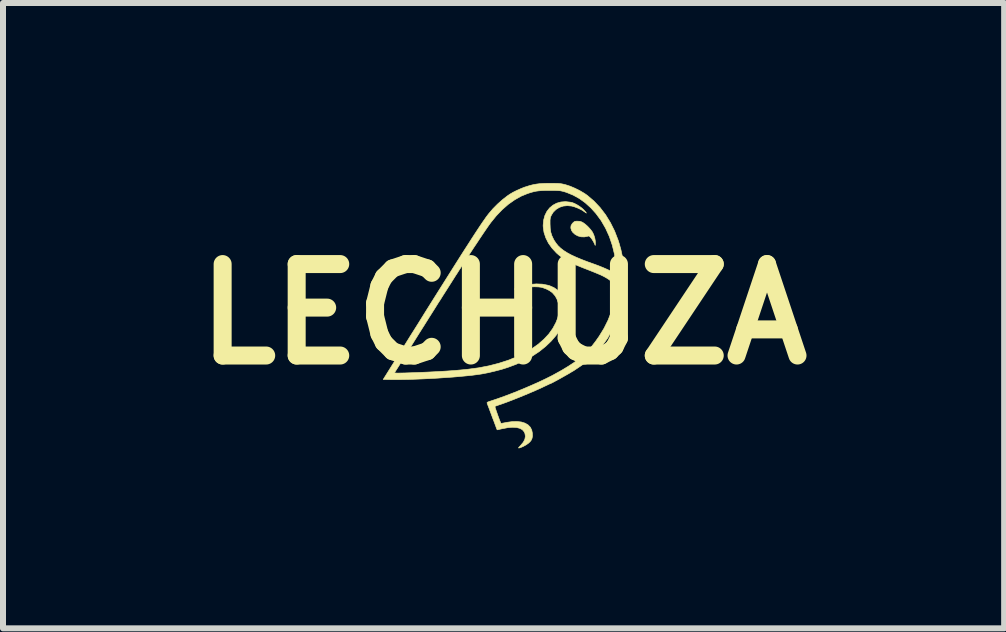
<source format=kicad_pcb>
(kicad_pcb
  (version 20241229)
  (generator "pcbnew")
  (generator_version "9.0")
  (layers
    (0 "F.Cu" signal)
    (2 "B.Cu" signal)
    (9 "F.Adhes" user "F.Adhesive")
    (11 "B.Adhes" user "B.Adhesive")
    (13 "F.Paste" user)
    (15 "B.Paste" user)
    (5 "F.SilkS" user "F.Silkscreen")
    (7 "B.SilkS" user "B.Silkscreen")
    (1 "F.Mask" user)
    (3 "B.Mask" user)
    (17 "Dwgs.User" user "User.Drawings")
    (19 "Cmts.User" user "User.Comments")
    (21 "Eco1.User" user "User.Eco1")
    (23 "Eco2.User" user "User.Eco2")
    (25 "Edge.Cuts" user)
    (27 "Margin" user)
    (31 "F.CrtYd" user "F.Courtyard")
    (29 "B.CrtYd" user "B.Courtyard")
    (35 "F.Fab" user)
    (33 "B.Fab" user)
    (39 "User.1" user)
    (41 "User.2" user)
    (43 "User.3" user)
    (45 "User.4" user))
  (footprint "LECHUZA"
    (layer "F.Cu")
    (at 5.341 2.185)
    (property "Reference" "LECHUZA" (at 0 0 0) (layer "F.SilkS") (effects (font (size 1.524 1.524) (thickness 0.3))))
    (attr through_hole)
    (fp_poly (pts (xy 1.271 -1.547) (xy 1.302 -1.537) (xy 1.325 -1.525) (xy 1.361 -1.499) (xy 1.401 -1.464) (xy 1.439 -1.423) (xy 1.471 -1.383) (xy 1.484 -1.363) (xy 1.504 -1.32) (xy 1.52 -1.271) (xy 1.529 -1.221) (xy 1.531 -1.182) (xy 1.528 -1.145) (xy 1.509 -1.188) (xy 1.491 -1.221) (xy 1.469 -1.255) (xy 1.458 -1.269) (xy 1.439 -1.29) (xy 1.426 -1.3) (xy 1.414 -1.302) (xy 1.398 -1.297) (xy 1.397 -1.297) (xy 1.346 -1.287) (xy 1.292 -1.289) (xy 1.24 -1.303) (xy 1.193 -1.328) (xy 1.156 -1.361) (xy 1.134 -1.393) (xy 1.121 -1.435) (xy 1.124 -1.473) (xy 1.144 -1.508) (xy 1.156 -1.521) (xy 1.174 -1.537) (xy 1.19 -1.546) (xy 1.212 -1.549) (xy 1.233 -1.549) (xy 1.271 -1.547)) (stroke (width 0.01) (type solid)) (fill yes) (layer "F.SilkS"))
    (fp_poly (pts (xy 0.834 -2.18) (xy 0.88 -2.179) (xy 0.916 -2.178) (xy 0.945 -2.175) (xy 0.972 -2.171) (xy 1 -2.165) (xy 1.031 -2.157) (xy 1.033 -2.157) (xy 1.11 -2.132) (xy 1.192 -2.097) (xy 1.274 -2.056) (xy 1.35 -2.011) (xy 1.397 -1.978) (xy 1.507 -1.884) (xy 1.608 -1.777) (xy 1.7 -1.657) (xy 1.781 -1.525) (xy 1.851 -1.384) (xy 1.909 -1.234) (xy 1.926 -1.181) (xy 1.956 -1.074) (xy 1.978 -0.972) (xy 1.993 -0.87) (xy 2.002 -0.762) (xy 2.006 -0.644) (xy 2.007 -0.604) (xy 1.999 -0.418) (xy 1.976 -0.239) (xy 1.939 -0.068) (xy 1.886 0.095) (xy 1.818 0.25) (xy 1.736 0.398) (xy 1.638 0.538) (xy 1.619 0.561) (xy 1.553 0.638) (xy 1.48 0.711) (xy 1.397 0.782) (xy 1.303 0.852) (xy 1.195 0.925) (xy 1.166 0.944) (xy 1.133 0.963) (xy 1.094 0.987) (xy 1.048 1.013) (xy 1 1.04) (xy 0.951 1.068) (xy 0.904 1.094) (xy 0.861 1.117) (xy 0.824 1.137) (xy 0.796 1.151) (xy 0.779 1.159) (xy 0.775 1.16) (xy 0.766 1.163) (xy 0.746 1.173) (xy 0.716 1.187) (xy 0.688 1.2) (xy 0.617 1.234) (xy 0.534 1.271) (xy 0.441 1.311) (xy 0.343 1.352) (xy 0.243 1.393) (xy 0.144 1.432) (xy 0.05 1.468) (xy -0.036 1.499) (xy -0.072 1.511) (xy -0.103 1.522) (xy -0.128 1.531) (xy -0.141 1.536) (xy -0.143 1.537) (xy -0.142 1.546) (xy -0.136 1.568) (xy -0.126 1.599) (xy -0.113 1.636) (xy -0.099 1.677) (xy -0.084 1.718) (xy -0.07 1.756) (xy -0.057 1.788) (xy -0.048 1.81) (xy -0.042 1.82) (xy -0.042 1.82) (xy -0.031 1.819) (xy -0.007 1.815) (xy 0.025 1.809) (xy 0.053 1.803) (xy 0.143 1.791) (xy 0.225 1.789) (xy 0.297 1.797) (xy 0.358 1.816) (xy 0.408 1.845) (xy 0.446 1.884) (xy 0.47 1.932) (xy 0.48 1.981) (xy 0.482 2.029) (xy 0.476 2.066) (xy 0.462 2.099) (xy 0.44 2.128) (xy 0.411 2.154) (xy 0.371 2.181) (xy 0.327 2.205) (xy 0.285 2.223) (xy 0.261 2.23) (xy 0.251 2.231) (xy 0.25 2.228) (xy 0.257 2.217) (xy 0.276 2.197) (xy 0.285 2.187) (xy 0.329 2.135) (xy 0.355 2.085) (xy 0.364 2.037) (xy 0.357 1.99) (xy 0.343 1.96) (xy 0.314 1.926) (xy 0.272 1.903) (xy 0.217 1.889) (xy 0.15 1.885) (xy 0.073 1.891) (xy -0.015 1.908) (xy -0.017 1.908) (xy -0.053 1.916) (xy -0.082 1.923) (xy -0.102 1.927) (xy -0.107 1.927) (xy -0.11 1.919) (xy -0.119 1.898) (xy -0.131 1.864) (xy -0.147 1.821) (xy -0.166 1.77) (xy -0.188 1.714) (xy -0.189 1.71) (xy -0.21 1.653) (xy -0.23 1.6) (xy -0.247 1.554) (xy -0.261 1.518) (xy -0.27 1.493) (xy -0.274 1.481) (xy -0.275 1.481) (xy -0.274 1.473) (xy -0.263 1.465) (xy -0.24 1.456) (xy -0.218 1.449) (xy -0.093 1.407) (xy 0.04 1.359) (xy 0.178 1.306) (xy 0.316 1.25) (xy 0.452 1.192) (xy 0.583 1.134) (xy 0.705 1.076) (xy 0.815 1.021) (xy 0.849 1.002) (xy 0.972 0.934) (xy 1.079 0.869) (xy 1.175 0.806) (xy 1.26 0.742) (xy 1.337 0.676) (xy 1.407 0.607) (xy 1.473 0.532) (xy 1.536 0.45) (xy 1.593 0.369) (xy 1.675 0.235) (xy 1.742 0.1) (xy 1.796 -0.04) (xy 1.836 -0.187) (xy 1.864 -0.342) (xy 1.874 -0.429) (xy 1.879 -0.473) (xy 1.83 -0.517) (xy 1.795 -0.548) (xy 1.759 -0.575) (xy 1.719 -0.601) (xy 1.673 -0.627) (xy 1.62 -0.653) (xy 1.556 -0.68) (xy 1.48 -0.711) (xy 1.414 -0.737) (xy 1.309 -0.778) (xy 1.219 -0.815) (xy 1.142 -0.85) (xy 1.075 -0.883) (xy 1.018 -0.916) (xy 0.967 -0.95) (xy 0.922 -0.985) (xy 0.882 -1.02) (xy 0.808 -1.1) (xy 0.748 -1.184) (xy 0.704 -1.272) (xy 0.674 -1.363) (xy 0.661 -1.455) (xy 0.66 -1.481) (xy 0.668 -1.567) (xy 0.689 -1.644) (xy 0.722 -1.711) (xy 0.767 -1.769) (xy 0.822 -1.815) (xy 0.885 -1.849) (xy 0.956 -1.869) (xy 1.033 -1.875) (xy 1.114 -1.866) (xy 1.149 -1.858) (xy 1.183 -1.844) (xy 1.224 -1.823) (xy 1.267 -1.796) (xy 1.306 -1.767) (xy 1.336 -1.74) (xy 1.341 -1.734) (xy 1.365 -1.706) (xy 1.378 -1.69) (xy 1.381 -1.684) (xy 1.374 -1.688) (xy 1.358 -1.699) (xy 1.308 -1.733) (xy 1.248 -1.763) (xy 1.186 -1.787) (xy 1.137 -1.801) (xy 1.064 -1.808) (xy 0.995 -1.801) (xy 0.932 -1.78) (xy 0.876 -1.746) (xy 0.829 -1.7) (xy 0.8 -1.654) (xy 0.789 -1.632) (xy 0.782 -1.613) (xy 0.778 -1.592) (xy 0.775 -1.566) (xy 0.775 -1.529) (xy 0.775 -1.503) (xy 0.778 -1.429) (xy 0.787 -1.366) (xy 0.805 -1.308) (xy 0.832 -1.251) (xy 0.844 -1.228) (xy 0.875 -1.182) (xy 0.91 -1.139) (xy 0.952 -1.099) (xy 1.001 -1.061) (xy 1.059 -1.024) (xy 1.127 -0.987) (xy 1.207 -0.95) (xy 1.3 -0.911) (xy 1.407 -0.87) (xy 1.486 -0.842) (xy 1.579 -0.808) (xy 1.661 -0.775) (xy 1.732 -0.744) (xy 1.789 -0.716) (xy 1.829 -0.694) (xy 1.88 -0.661) (xy 1.88 -0.705) (xy 1.879 -0.732) (xy 1.877 -0.771) (xy 1.873 -0.814) (xy 1.871 -0.842) (xy 1.849 -0.998) (xy 1.812 -1.149) (xy 1.763 -1.294) (xy 1.7 -1.432) (xy 1.626 -1.56) (xy 1.54 -1.677) (xy 1.456 -1.77) (xy 1.361 -1.856) (xy 1.264 -1.926) (xy 1.161 -1.983) (xy 1.051 -2.028) (xy 1.02 -2.038) (xy 0.993 -2.046) (xy 0.97 -2.051) (xy 0.947 -2.056) (xy 0.921 -2.058) (xy 0.889 -2.06) (xy 0.847 -2.061) (xy 0.793 -2.061) (xy 0.77 -2.061) (xy 0.698 -2.061) (xy 0.638 -2.059) (xy 0.588 -2.055) (xy 0.542 -2.049) (xy 0.497 -2.039) (xy 0.45 -2.026) (xy 0.398 -2.009) (xy 0.291 -1.965) (xy 0.185 -1.905) (xy 0.08 -1.831) (xy -0.022 -1.742) (xy -0.12 -1.64) (xy -0.211 -1.528) (xy -0.234 -1.497) (xy -0.264 -1.454) (xy -0.301 -1.4) (xy -0.344 -1.337) (xy -0.391 -1.267) (xy -0.441 -1.191) (xy -0.494 -1.112) (xy -0.547 -1.031) (xy -0.599 -0.951) (xy -0.639 -0.889) (xy -0.67 -0.841) (xy -0.7 -0.794) (xy -0.728 -0.751) (xy -0.751 -0.716) (xy -0.766 -0.692) (xy -0.766 -0.692) (xy -0.778 -0.673) (xy -0.798 -0.643) (xy -0.823 -0.603) (xy -0.854 -0.554) (xy -0.889 -0.499) (xy -0.927 -0.439) (xy -0.967 -0.376) (xy -1.009 -0.311) (xy -1.05 -0.245) (xy -1.091 -0.182) (xy -1.129 -0.121) (xy -1.164 -0.065) (xy -1.195 -0.016) (xy -1.221 0.025) (xy -1.241 0.056) (xy -1.253 0.076) (xy -1.257 0.082) (xy -1.265 0.095) (xy -1.28 0.119) (xy -1.299 0.149) (xy -1.309 0.165) (xy -1.322 0.186) (xy -1.343 0.219) (xy -1.371 0.263) (xy -1.405 0.317) (xy -1.443 0.378) (xy -1.485 0.445) (xy -1.529 0.516) (xy -1.575 0.59) (xy -1.579 0.597) (xy -1.624 0.668) (xy -1.665 0.735) (xy -1.704 0.797) (xy -1.738 0.852) (xy -1.767 0.898) (xy -1.79 0.934) (xy -1.806 0.959) (xy -1.814 0.972) (xy -1.815 0.973) (xy -1.816 0.976) (xy -1.811 0.979) (xy -1.798 0.981) (xy -1.776 0.982) (xy -1.743 0.982) (xy -1.697 0.981) (xy -1.637 0.98) (xy -1.613 0.979) (xy -1.441 0.973) (xy -1.273 0.966) (xy -1.111 0.958) (xy -0.957 0.949) (xy -0.813 0.939) (xy -0.682 0.927) (xy -0.593 0.918) (xy -0.414 0.894) (xy -0.243 0.861) (xy -0.08 0.819) (xy 0.073 0.77) (xy 0.216 0.713) (xy 0.349 0.649) (xy 0.469 0.578) (xy 0.578 0.501) (xy 0.673 0.418) (xy 0.755 0.33) (xy 0.822 0.236) (xy 0.874 0.138) (xy 0.902 0.066) (xy 0.92 -0.015) (xy 0.925 -0.094) (xy 0.917 -0.17) (xy 0.895 -0.24) (xy 0.862 -0.302) (xy 0.817 -0.354) (xy 0.811 -0.36) (xy 0.766 -0.392) (xy 0.711 -0.42) (xy 0.654 -0.441) (xy 0.628 -0.448) (xy 0.581 -0.454) (xy 0.521 -0.456) (xy 0.454 -0.455) (xy 0.384 -0.45) (xy 0.315 -0.442) (xy 0.251 -0.431) (xy 0.217 -0.422) (xy 0.192 -0.417) (xy 0.183 -0.417) (xy 0.188 -0.421) (xy 0.208 -0.431) (xy 0.238 -0.443) (xy 0.34 -0.476) (xy 0.444 -0.496) (xy 0.547 -0.504) (xy 0.647 -0.5) (xy 0.739 -0.482) (xy 0.77 -0.473) (xy 0.84 -0.442) (xy 0.903 -0.399) (xy 0.957 -0.346) (xy 0.999 -0.286) (xy 1.017 -0.248) (xy 1.031 -0.195) (xy 1.039 -0.131) (xy 1.04 -0.062) (xy 1.034 0.006) (xy 1.025 0.052) (xy 0.991 0.155) (xy 0.94 0.257) (xy 0.875 0.355) (xy 0.794 0.449) (xy 0.701 0.538) (xy 0.595 0.623) (xy 0.477 0.701) (xy 0.348 0.772) (xy 0.209 0.836) (xy 0.069 0.888) (xy -0.032 0.92) (xy -0.143 0.949) (xy -0.257 0.976) (xy -0.366 0.997) (xy -0.373 0.998) (xy -0.443 1.008) (xy -0.527 1.019) (xy -0.625 1.029) (xy -0.732 1.039) (xy -0.847 1.049) (xy -0.968 1.057) (xy -1.092 1.066) (xy -1.218 1.073) (xy -1.342 1.079) (xy -1.463 1.084) (xy -1.578 1.088) (xy -1.685 1.09) (xy -1.782 1.091) (xy -1.843 1.091) (xy -2.005 1.088) (xy -1.69 0.584) (xy -1.557 0.37) (xy -1.431 0.17) (xy -1.315 -0.017) (xy -1.206 -0.191) (xy -1.105 -0.352) (xy -1.011 -0.501) (xy -0.924 -0.639) (xy -0.844 -0.766) (xy -0.77 -0.883) (xy -0.703 -0.989) (xy -0.641 -1.086) (xy -0.584 -1.174) (xy -0.533 -1.254) (xy -0.487 -1.325) (xy -0.445 -1.389) (xy -0.408 -1.445) (xy -0.374 -1.496) (xy -0.344 -1.54) (xy -0.317 -1.578) (xy -0.294 -1.612) (xy -0.273 -1.64) (xy -0.254 -1.665) (xy -0.245 -1.676) (xy -0.177 -1.756) (xy -0.1 -1.834) (xy -0.019 -1.906) (xy 0.063 -1.97) (xy 0.107 -2) (xy 0.158 -2.03) (xy 0.22 -2.061) (xy 0.285 -2.09) (xy 0.347 -2.115) (xy 0.373 -2.123) (xy 0.436 -2.143) (xy 0.492 -2.157) (xy 0.546 -2.167) (xy 0.601 -2.174) (xy 0.663 -2.178) (xy 0.735 -2.18) (xy 0.775 -2.18) (xy 0.834 -2.18)) (stroke (width 0.01) (type solid)) (fill yes) (layer "F.SilkS")))
  (gr_rect
    (start -3 -3)
    (end 13.683 7.421)
    (stroke (width 0.1) (type default))
    (fill no)
    (layer "Edge.Cuts")))
</source>
